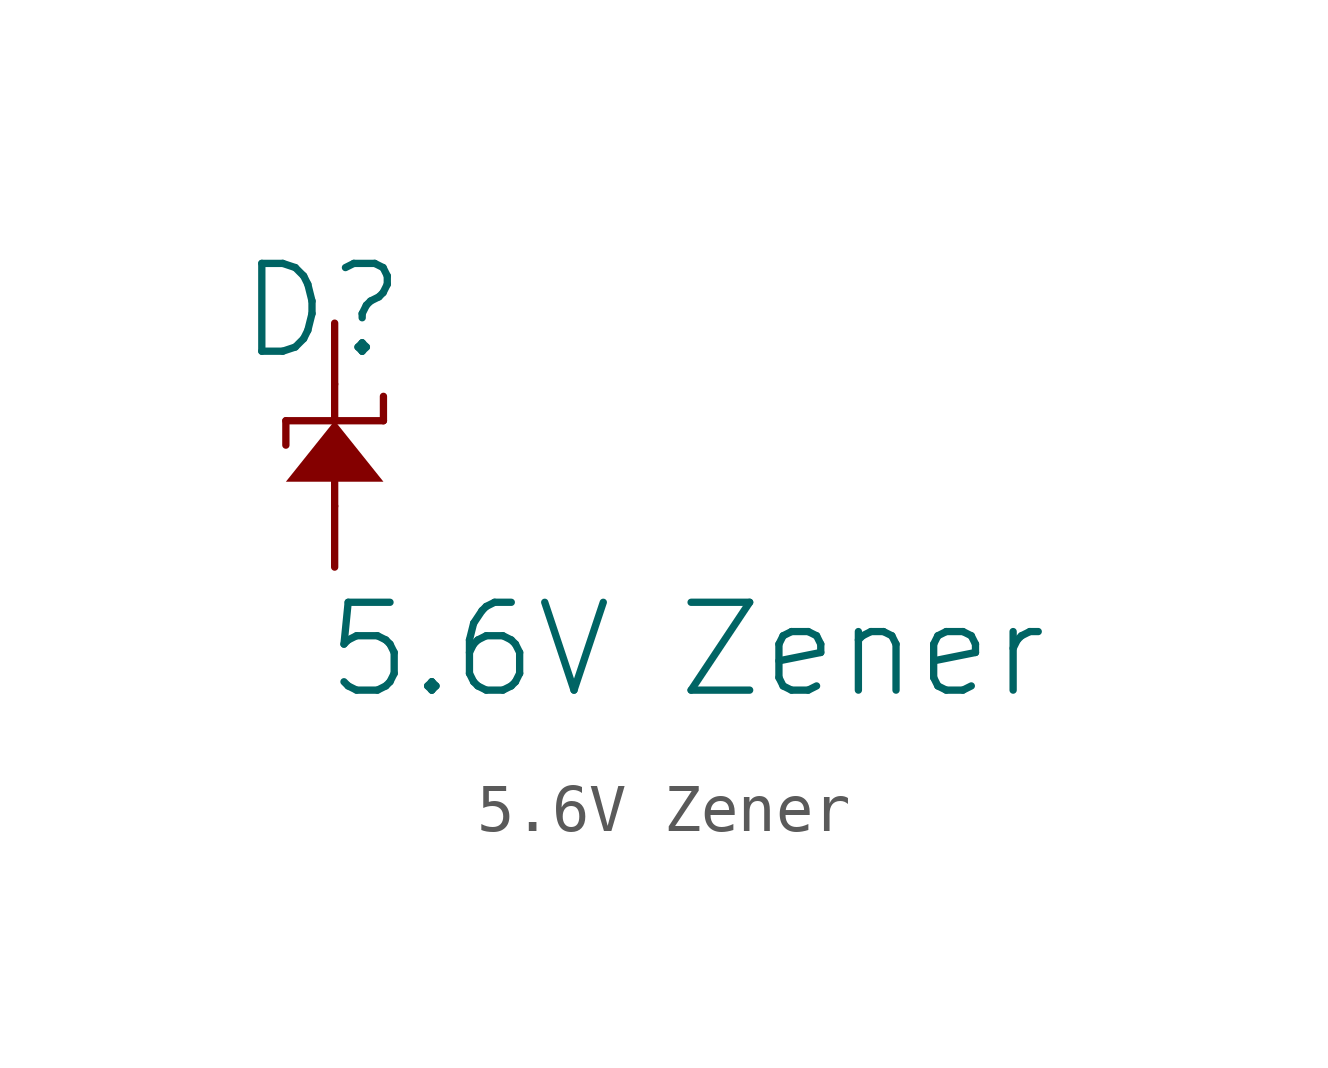
<source format=kicad_sym>
(kicad_symbol_lib
  (version 20241209)
  (generator "kicad_symbol_editor")
  (generator_version "9.0")
  (symbol "5.6V Zener"
    (pin_numbers
      (hide yes))
    (pin_names
      (hide yes))
    (property "Reference" "D"
      (at -0.254 0.254 0)
      (effects (font (size 1.829 1.829))))
    (property "Value" "5.6V Zener"
      (at -0.254 -7.874 0)
      (effects (font (size 1.829 1.829)) (justify left bottom)))
    (symbol "5.6V Zener_1_0"
      (polyline (pts (xy -1.016 -2.032) (xy 1.016 -2.032)) (stroke (width 0) (type solid)) (fill (type none)))
      (polyline (pts (xy -1.016 -2.54) (xy -1.016 -2.032)) (stroke (width 0) (type solid)) (fill (type none)))
      (polyline (pts (xy -1.016 -3.302) (xy 1.016 -3.302) (xy 0 -2.032) (xy -1.016 -3.302) (xy -1.016 -3.302)) (stroke (width -0.0001) (type solid)) (fill (type outline)))
      (polyline (pts (xy 0 -2.032) (xy 0 -1.27)) (stroke (width 0) (type solid)) (fill (type none)))
      (polyline (pts (xy 0 -3.81) (xy 0 -3.302)) (stroke (width 0) (type solid)) (fill (type none)))
      (polyline (pts (xy 1.016 -2.032) (xy 1.016 -1.524)) (stroke (width 0) (type solid)) (fill (type none)))
      (pin passive line (at 0 0 270) (length 1.27) (name "K" (effects (font (size 1.27 1.27)))) (number "K" (effects (font (size 1.27 1.27)))))
      (pin passive line (at 0 -5.08 90) (length 1.27) (name "A" (effects (font (size 1.27 1.27)))) (number "A" (effects (font (size 1.27 1.27))))))))
</source>
